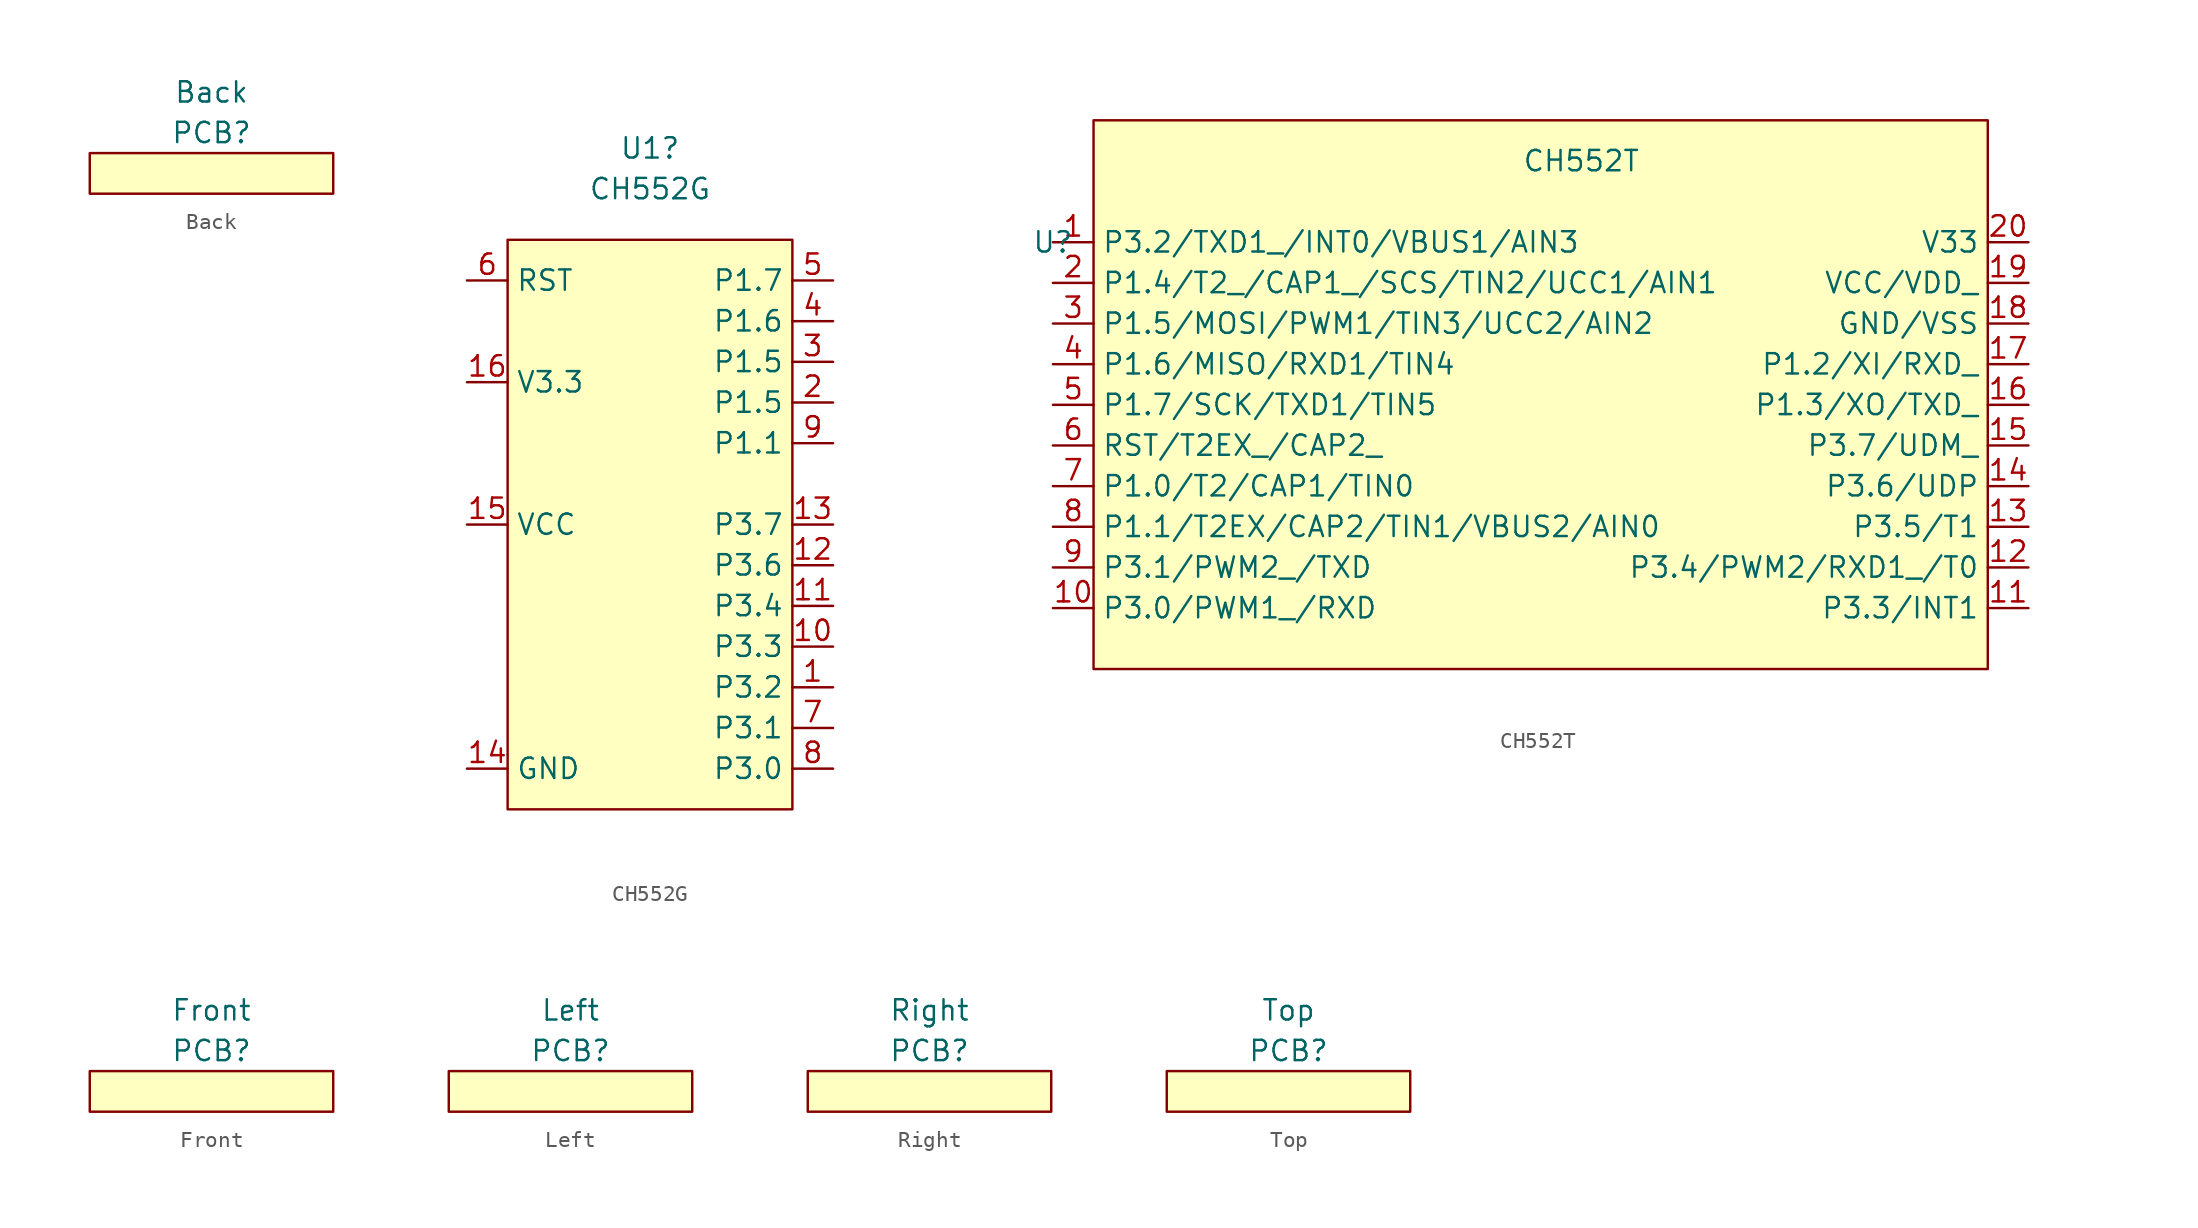
<source format=kicad_sym>
(kicad_symbol_lib
  (version 20210619)
  (generator kicad_symbol_editor)
  (symbol "Componets:Back"
    (property "Reference" "PCB"
      (at 0 2.54 0)
      (effects (font (size 1.27 1.27))))
    (property "Value" "Back"
      (at 0 5.08 0)
      (effects (font (size 1.27 1.27))))
    (symbol "Back_0_1"
      (rectangle (start -7.62 1.27) (end 7.62 -1.27) (stroke (width 0.152)) (fill (type background)))))
  (symbol "Componets:CH552G"
    (property "Reference" "U1"
      (at 0 23.495 0)
      (effects (font (size 1.27 1.27))))
    (property "Value" "CH552G"
      (at 0 20.955 0)
      (effects (font (size 1.27 1.27))))
    (symbol "CH552G_0_0"
      (pin unspecified line (at 11.43 -10.16 180) (length 2.54) (name "P3.2" (effects (font (size 1.27 1.27)))) (number "1" (effects (font (size 1.27 1.27)))))
      (pin unspecified line (at 11.43 -7.62 180) (length 2.54) (name "P3.3" (effects (font (size 1.27 1.27)))) (number "10" (effects (font (size 1.27 1.27)))))
      (pin unspecified line (at 11.43 -5.08 180) (length 2.54) (name "P3.4" (effects (font (size 1.27 1.27)))) (number "11" (effects (font (size 1.27 1.27)))))
      (pin unspecified line (at 11.43 -2.54 180) (length 2.54) (name "P3.6" (effects (font (size 1.27 1.27)))) (number "12" (effects (font (size 1.27 1.27)))))
      (pin unspecified line (at 11.43 0 180) (length 2.54) (name "P3.7" (effects (font (size 1.27 1.27)))) (number "13" (effects (font (size 1.27 1.27)))))
      (pin unspecified line (at -11.43 -15.24 0) (length 2.54) (name "GND" (effects (font (size 1.27 1.27)))) (number "14" (effects (font (size 1.27 1.27)))))
      (pin unspecified line (at -11.43 0 0) (length 2.54) (name "VCC" (effects (font (size 1.27 1.27)))) (number "15" (effects (font (size 1.27 1.27)))))
      (pin unspecified line (at -11.43 8.89 0) (length 2.54) (name "V3.3" (effects (font (size 1.27 1.27)))) (number "16" (effects (font (size 1.27 1.27)))))
      (pin unspecified line (at 11.43 7.62 180) (length 2.54) (name "P1.5" (effects (font (size 1.27 1.27)))) (number "2" (effects (font (size 1.27 1.27)))))
      (pin unspecified line (at 11.43 10.16 180) (length 2.54) (name "P1.5" (effects (font (size 1.27 1.27)))) (number "3" (effects (font (size 1.27 1.27)))))
      (pin unspecified line (at 11.43 12.7 180) (length 2.54) (name "P1.6" (effects (font (size 1.27 1.27)))) (number "4" (effects (font (size 1.27 1.27)))))
      (pin unspecified line (at 11.43 15.24 180) (length 2.54) (name "P1.7" (effects (font (size 1.27 1.27)))) (number "5" (effects (font (size 1.27 1.27)))))
      (pin unspecified line (at -11.43 15.24 0) (length 2.54) (name "RST" (effects (font (size 1.27 1.27)))) (number "6" (effects (font (size 1.27 1.27)))))
      (pin unspecified line (at 11.43 -12.7 180) (length 2.54) (name "P3.1" (effects (font (size 1.27 1.27)))) (number "7" (effects (font (size 1.27 1.27)))))
      (pin unspecified line (at 11.43 -15.24 180) (length 2.54) (name "P3.0" (effects (font (size 1.27 1.27)))) (number "8" (effects (font (size 1.27 1.27)))))
      (pin unspecified line (at 11.43 5.08 180) (length 2.54) (name "P1.1" (effects (font (size 1.27 1.27)))) (number "9" (effects (font (size 1.27 1.27))))))
    (symbol "CH552G_0_1"
      (rectangle (start -8.89 17.78) (end 8.89 -17.78) (stroke (width 0.152)) (fill (type background)))))
  (symbol "Componets:CH552T"
    (property "Reference" "U"
      (at -31.75 8.89 0)
      (effects (font (size 1.27 1.27))))
    (property "Value" "CH552T"
      (at 1.27 13.97 0)
      (effects (font (size 1.27 1.27))))
    (symbol "CH552T_0_0"
      (pin bidirectional line (at -31.75 8.89 0) (length 2.54) (name "P3.2/TXD1_/INT0/VBUS1/AIN3" (effects (font (size 1.27 1.27)))) (number "1" (effects (font (size 1.27 1.27)))))
      (pin bidirectional line (at -31.75 -13.97 0) (length 2.54) (name "P3.0/PWM1_/RXD" (effects (font (size 1.27 1.27)))) (number "10" (effects (font (size 1.27 1.27)))))
      (pin bidirectional line (at 29.21 -13.97 180) (length 2.54) (name "P3.3/INT1" (effects (font (size 1.27 1.27)))) (number "11" (effects (font (size 1.27 1.27)))))
      (pin bidirectional line (at 29.21 -11.43 180) (length 2.54) (name "P3.4/PWM2/RXD1_/T0" (effects (font (size 1.27 1.27)))) (number "12" (effects (font (size 1.27 1.27)))))
      (pin bidirectional line (at 29.21 -8.89 180) (length 2.54) (name "P3.5/T1" (effects (font (size 1.27 1.27)))) (number "13" (effects (font (size 1.27 1.27)))))
      (pin bidirectional line (at 29.21 -6.35 180) (length 2.54) (name "P3.6/UDP" (effects (font (size 1.27 1.27)))) (number "14" (effects (font (size 1.27 1.27)))))
      (pin bidirectional line (at 29.21 -3.81 180) (length 2.54) (name "P3.7/UDM_" (effects (font (size 1.27 1.27)))) (number "15" (effects (font (size 1.27 1.27)))))
      (pin bidirectional line (at 29.21 -1.27 180) (length 2.54) (name "P1.3/XO/TXD_" (effects (font (size 1.27 1.27)))) (number "16" (effects (font (size 1.27 1.27)))))
      (pin bidirectional line (at 29.21 1.27 180) (length 2.54) (name "P1.2/XI/RXD_" (effects (font (size 1.27 1.27)))) (number "17" (effects (font (size 1.27 1.27)))))
      (pin power_out line (at 29.21 3.81 180) (length 2.54) (name "GND/VSS" (effects (font (size 1.27 1.27)))) (number "18" (effects (font (size 1.27 1.27)))))
      (pin power_in line (at 29.21 6.35 180) (length 2.54) (name "VCC/VDD_" (effects (font (size 1.27 1.27)))) (number "19" (effects (font (size 1.27 1.27)))))
      (pin bidirectional line (at -31.75 6.35 0) (length 2.54) (name "P1.4/T2_/CAP1_/SCS/TIN2/UCC1/AIN1" (effects (font (size 1.27 1.27)))) (number "2" (effects (font (size 1.27 1.27)))))
      (pin power_out line (at 29.21 8.89 180) (length 2.54) (name "V33" (effects (font (size 1.27 1.27)))) (number "20" (effects (font (size 1.27 1.27)))))
      (pin bidirectional line (at -31.75 3.81 0) (length 2.54) (name "P1.5/MOSI/PWM1/TIN3/UCC2/AIN2" (effects (font (size 1.27 1.27)))) (number "3" (effects (font (size 1.27 1.27)))))
      (pin bidirectional line (at -31.75 1.27 0) (length 2.54) (name "P1.6/MISO/RXD1/TIN4" (effects (font (size 1.27 1.27)))) (number "4" (effects (font (size 1.27 1.27)))))
      (pin bidirectional line (at -31.75 -1.27 0) (length 2.54) (name "P1.7/SCK/TXD1/TIN5" (effects (font (size 1.27 1.27)))) (number "5" (effects (font (size 1.27 1.27)))))
      (pin bidirectional line (at -31.75 -3.81 0) (length 2.54) (name "RST/T2EX_/CAP2_" (effects (font (size 1.27 1.27)))) (number "6" (effects (font (size 1.27 1.27)))))
      (pin bidirectional line (at -31.75 -6.35 0) (length 2.54) (name "P1.0/T2/CAP1/TIN0" (effects (font (size 1.27 1.27)))) (number "7" (effects (font (size 1.27 1.27)))))
      (pin bidirectional line (at -31.75 -8.89 0) (length 2.54) (name "P1.1/T2EX/CAP2/TIN1/VBUS2/AIN0" (effects (font (size 1.27 1.27)))) (number "8" (effects (font (size 1.27 1.27)))))
      (pin bidirectional line (at -31.75 -11.43 0) (length 2.54) (name "P3.1/PWM2_/TXD" (effects (font (size 1.27 1.27)))) (number "9" (effects (font (size 1.27 1.27))))))
    (symbol "CH552T_0_1"
      (rectangle (start -29.21 16.51) (end 26.67 -17.78) (stroke (width 0.152)) (fill (type background)))))
  (symbol "Componets:Front"
    (property "Reference" "PCB"
      (at 0 2.54 0)
      (effects (font (size 1.27 1.27))))
    (property "Value" "Front"
      (at 0 5.08 0)
      (effects (font (size 1.27 1.27))))
    (symbol "Front_0_1"
      (rectangle (start -7.62 1.27) (end 7.62 -1.27) (stroke (width 0.152)) (fill (type background)))))
  (symbol "Componets:Left"
    (property "Reference" "PCB"
      (at 0 2.54 0)
      (effects (font (size 1.27 1.27))))
    (property "Value" "Left"
      (at 0 5.08 0)
      (effects (font (size 1.27 1.27))))
    (symbol "Left_0_1"
      (rectangle (start -7.62 1.27) (end 7.62 -1.27) (stroke (width 0.152)) (fill (type background)))))
  (symbol "Componets:Right"
    (property "Reference" "PCB"
      (at 0 2.54 0)
      (effects (font (size 1.27 1.27))))
    (property "Value" "Right"
      (at 0 5.08 0)
      (effects (font (size 1.27 1.27))))
    (symbol "Right_0_1"
      (rectangle (start -7.62 1.27) (end 7.62 -1.27) (stroke (width 0.152)) (fill (type background)))))
  (symbol "Componets:Top"
    (property "Reference" "PCB"
      (at 0 2.54 0)
      (effects (font (size 1.27 1.27))))
    (property "Value" "Top"
      (at 0 5.08 0)
      (effects (font (size 1.27 1.27))))
    (symbol "Top_0_1"
      (rectangle (start -7.62 1.27) (end 7.62 -1.27) (stroke (width 0.152)) (fill (type background))))))
</source>
